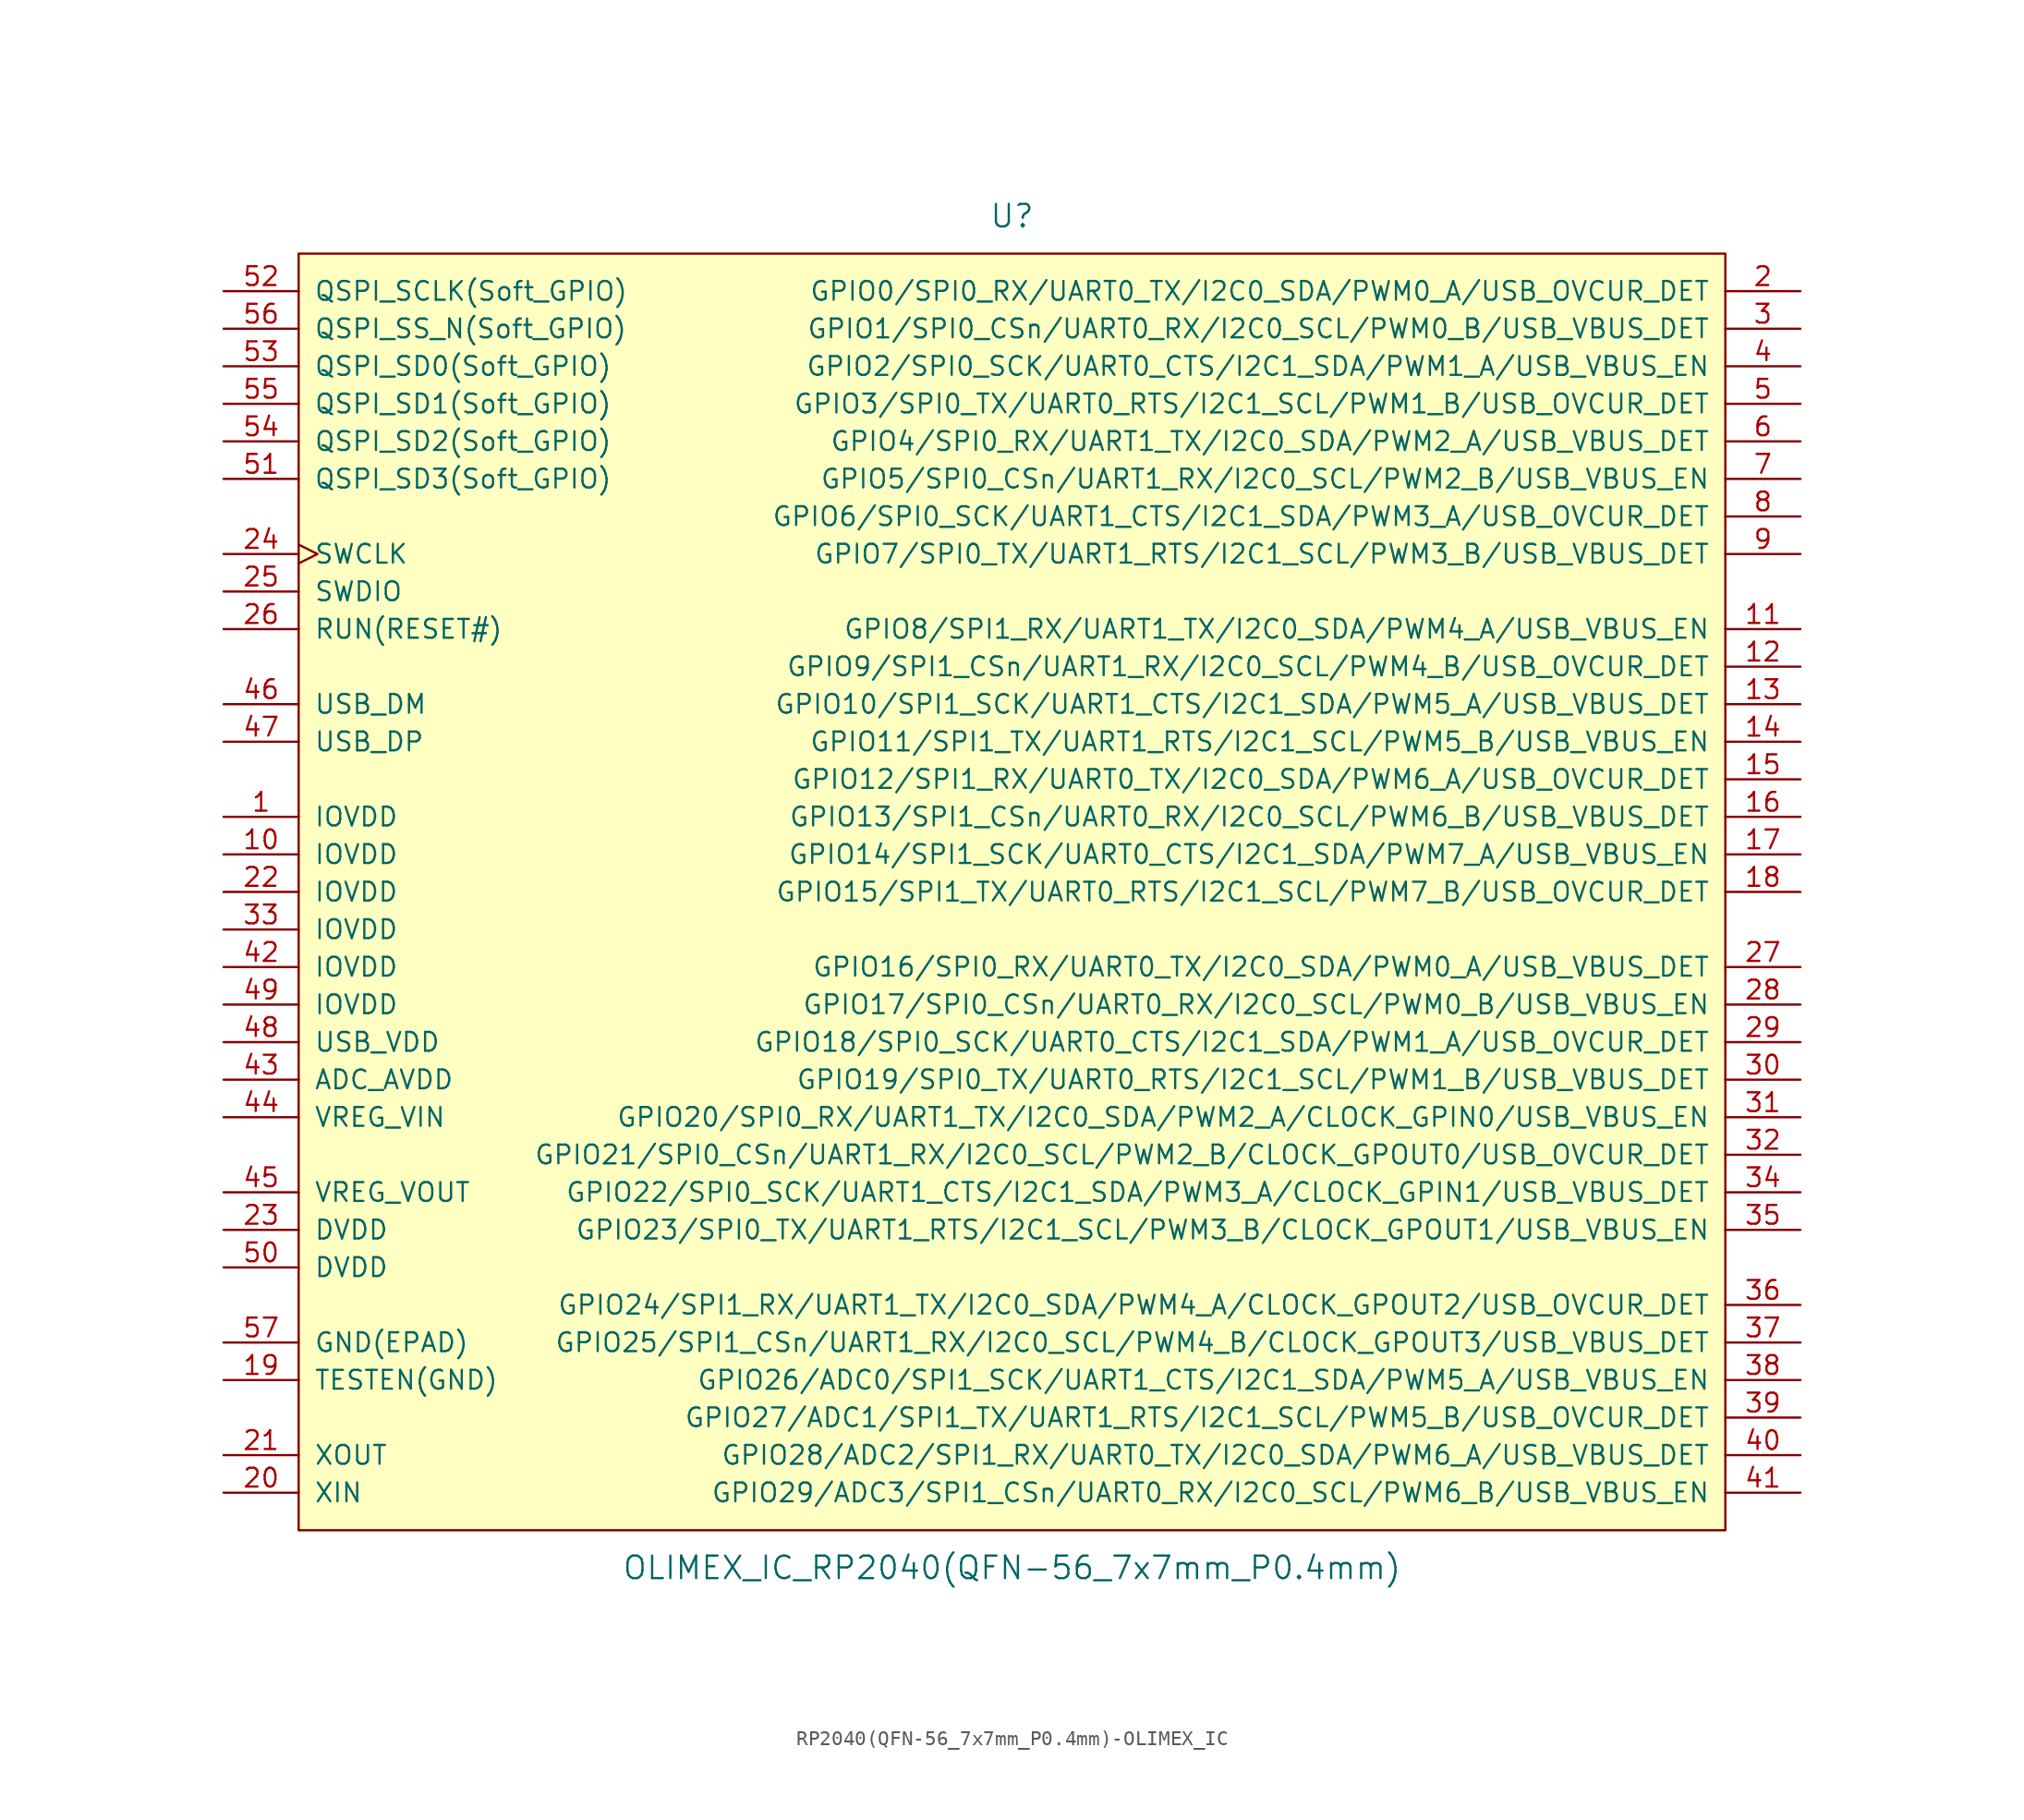
<source format=kicad_sym>
(kicad_symbol_lib
  (version 20220914)
  (generator kicad_symbol_editor)
  (symbol "RP2040(QFN-56_7x7mm_P0.4mm)-OLIMEX_IC"
    (pin_names
      (offset 1.016))
    (property "Reference" "U"
      (at 0 45.72 0)
      (effects (font (size 1.524 1.524))))
    (property "Value" "OLIMEX_IC_RP2040(QFN-56_7x7mm_P0.4mm)"
      (at 0 -45.72 0)
      (effects (font (size 1.524 1.524))))
    (symbol "RP2040(QFN-56_7x7mm_P0.4mm)-OLIMEX_IC_0_1"
      (rectangle (start -48.26 43.18) (end 48.26 -43.18) (stroke (width 0) (type solid)) (fill (type background))))
    (symbol "RP2040(QFN-56_7x7mm_P0.4mm)-OLIMEX_IC_1_1"
      (pin power_in line (at -53.34 5.08 0) (length 5.08) (name "IOVDD" (effects (font (size 1.27 1.27)))) (number "1" (effects (font (size 1.27 1.27)))))
      (pin power_in line (at -53.34 2.54 0) (length 5.08) (name "IOVDD" (effects (font (size 1.27 1.27)))) (number "10" (effects (font (size 1.27 1.27)))))
      (pin bidirectional line (at 53.34 17.78 180) (length 5.08) (name "GPIO8/SPI1_RX/UART1_TX/I2C0_SDA/PWM4_A/USB_VBUS_EN" (effects (font (size 1.27 1.27)))) (number "11" (effects (font (size 1.27 1.27)))))
      (pin bidirectional line (at 53.34 15.24 180) (length 5.08) (name "GPIO9/SPI1_CSn/UART1_RX/I2C0_SCL/PWM4_B/USB_OVCUR_DET" (effects (font (size 1.27 1.27)))) (number "12" (effects (font (size 1.27 1.27)))))
      (pin bidirectional line (at 53.34 12.7 180) (length 5.08) (name "GPIO10/SPI1_SCK/UART1_CTS/I2C1_SDA/PWM5_A/USB_VBUS_DET" (effects (font (size 1.27 1.27)))) (number "13" (effects (font (size 1.27 1.27)))))
      (pin bidirectional line (at 53.34 10.16 180) (length 5.08) (name "GPIO11/SPI1_TX/UART1_RTS/I2C1_SCL/PWM5_B/USB_VBUS_EN" (effects (font (size 1.27 1.27)))) (number "14" (effects (font (size 1.27 1.27)))))
      (pin bidirectional line (at 53.34 7.62 180) (length 5.08) (name "GPIO12/SPI1_RX/UART0_TX/I2C0_SDA/PWM6_A/USB_OVCUR_DET" (effects (font (size 1.27 1.27)))) (number "15" (effects (font (size 1.27 1.27)))))
      (pin bidirectional line (at 53.34 5.08 180) (length 5.08) (name "GPIO13/SPI1_CSn/UART0_RX/I2C0_SCL/PWM6_B/USB_VBUS_DET" (effects (font (size 1.27 1.27)))) (number "16" (effects (font (size 1.27 1.27)))))
      (pin bidirectional line (at 53.34 2.54 180) (length 5.08) (name "GPIO14/SPI1_SCK/UART0_CTS/I2C1_SDA/PWM7_A/USB_VBUS_EN" (effects (font (size 1.27 1.27)))) (number "17" (effects (font (size 1.27 1.27)))))
      (pin bidirectional line (at 53.34 0 180) (length 5.08) (name "GPIO15/SPI1_TX/UART0_RTS/I2C1_SCL/PWM7_B/USB_OVCUR_DET" (effects (font (size 1.27 1.27)))) (number "18" (effects (font (size 1.27 1.27)))))
      (pin input line (at -53.34 -33.02 0) (length 5.08) (name "TESTEN(GND)" (effects (font (size 1.27 1.27)))) (number "19" (effects (font (size 1.27 1.27)))))
      (pin bidirectional line (at 53.34 40.64 180) (length 5.08) (name "GPIO0/SPI0_RX/UART0_TX/I2C0_SDA/PWM0_A/USB_OVCUR_DET" (effects (font (size 1.27 1.27)))) (number "2" (effects (font (size 1.27 1.27)))))
      (pin input line (at -53.34 -40.64 0) (length 5.08) (name "XIN" (effects (font (size 1.27 1.27)))) (number "20" (effects (font (size 1.27 1.27)))))
      (pin output line (at -53.34 -38.1 0) (length 5.08) (name "XOUT" (effects (font (size 1.27 1.27)))) (number "21" (effects (font (size 1.27 1.27)))))
      (pin power_in line (at -53.34 0 0) (length 5.08) (name "IOVDD" (effects (font (size 1.27 1.27)))) (number "22" (effects (font (size 1.27 1.27)))))
      (pin power_in line (at -53.34 -22.86 0) (length 5.08) (name "DVDD" (effects (font (size 1.27 1.27)))) (number "23" (effects (font (size 1.27 1.27)))))
      (pin input clock (at -53.34 22.86 0) (length 5.08) (name "SWCLK" (effects (font (size 1.27 1.27)))) (number "24" (effects (font (size 1.27 1.27)))))
      (pin bidirectional line (at -53.34 20.32 0) (length 5.08) (name "SWDIO" (effects (font (size 1.27 1.27)))) (number "25" (effects (font (size 1.27 1.27)))))
      (pin input line (at -53.34 17.78 0) (length 5.08) (name "RUN(RESET#)" (effects (font (size 1.27 1.27)))) (number "26" (effects (font (size 1.27 1.27)))))
      (pin bidirectional line (at 53.34 -5.08 180) (length 5.08) (name "GPIO16/SPI0_RX/UART0_TX/I2C0_SDA/PWM0_A/USB_VBUS_DET" (effects (font (size 1.27 1.27)))) (number "27" (effects (font (size 1.27 1.27)))))
      (pin bidirectional line (at 53.34 -7.62 180) (length 5.08) (name "GPIO17/SPI0_CSn/UART0_RX/I2C0_SCL/PWM0_B/USB_VBUS_EN" (effects (font (size 1.27 1.27)))) (number "28" (effects (font (size 1.27 1.27)))))
      (pin bidirectional line (at 53.34 -10.16 180) (length 5.08) (name "GPIO18/SPI0_SCK/UART0_CTS/I2C1_SDA/PWM1_A/USB_OVCUR_DET" (effects (font (size 1.27 1.27)))) (number "29" (effects (font (size 1.27 1.27)))))
      (pin bidirectional line (at 53.34 38.1 180) (length 5.08) (name "GPIO1/SPI0_CSn/UART0_RX/I2C0_SCL/PWM0_B/USB_VBUS_DET" (effects (font (size 1.27 1.27)))) (number "3" (effects (font (size 1.27 1.27)))))
      (pin bidirectional line (at 53.34 -12.7 180) (length 5.08) (name "GPIO19/SPI0_TX/UART0_RTS/I2C1_SCL/PWM1_B/USB_VBUS_DET" (effects (font (size 1.27 1.27)))) (number "30" (effects (font (size 1.27 1.27)))))
      (pin bidirectional line (at 53.34 -15.24 180) (length 5.08) (name "GPIO20/SPI0_RX/UART1_TX/I2C0_SDA/PWM2_A/CLOCK_GPIN0/USB_VBUS_EN" (effects (font (size 1.27 1.27)))) (number "31" (effects (font (size 1.27 1.27)))))
      (pin bidirectional line (at 53.34 -17.78 180) (length 5.08) (name "GPIO21/SPI0_CSn/UART1_RX/I2C0_SCL/PWM2_B/CLOCK_GPOUT0/USB_OVCUR_DET" (effects (font (size 1.27 1.27)))) (number "32" (effects (font (size 1.27 1.27)))))
      (pin power_in line (at -53.34 -2.54 0) (length 5.08) (name "IOVDD" (effects (font (size 1.27 1.27)))) (number "33" (effects (font (size 1.27 1.27)))))
      (pin bidirectional line (at 53.34 -20.32 180) (length 5.08) (name "GPIO22/SPI0_SCK/UART1_CTS/I2C1_SDA/PWM3_A/CLOCK_GPIN1/USB_VBUS_DET" (effects (font (size 1.27 1.27)))) (number "34" (effects (font (size 1.27 1.27)))))
      (pin bidirectional line (at 53.34 -22.86 180) (length 5.08) (name "GPIO23/SPI0_TX/UART1_RTS/I2C1_SCL/PWM3_B/CLOCK_GPOUT1/USB_VBUS_EN" (effects (font (size 1.27 1.27)))) (number "35" (effects (font (size 1.27 1.27)))))
      (pin bidirectional line (at 53.34 -27.94 180) (length 5.08) (name "GPIO24/SPI1_RX/UART1_TX/I2C0_SDA/PWM4_A/CLOCK_GPOUT2/USB_OVCUR_DET" (effects (font (size 1.27 1.27)))) (number "36" (effects (font (size 1.27 1.27)))))
      (pin bidirectional line (at 53.34 -30.48 180) (length 5.08) (name "GPIO25/SPI1_CSn/UART1_RX/I2C0_SCL/PWM4_B/CLOCK_GPOUT3/USB_VBUS_DET" (effects (font (size 1.27 1.27)))) (number "37" (effects (font (size 1.27 1.27)))))
      (pin bidirectional line (at 53.34 -33.02 180) (length 5.08) (name "GPIO26/ADC0/SPI1_SCK/UART1_CTS/I2C1_SDA/PWM5_A/USB_VBUS_EN" (effects (font (size 1.27 1.27)))) (number "38" (effects (font (size 1.27 1.27)))))
      (pin bidirectional line (at 53.34 -35.56 180) (length 5.08) (name "GPIO27/ADC1/SPI1_TX/UART1_RTS/I2C1_SCL/PWM5_B/USB_OVCUR_DET" (effects (font (size 1.27 1.27)))) (number "39" (effects (font (size 1.27 1.27)))))
      (pin bidirectional line (at 53.34 35.56 180) (length 5.08) (name "GPIO2/SPI0_SCK/UART0_CTS/I2C1_SDA/PWM1_A/USB_VBUS_EN" (effects (font (size 1.27 1.27)))) (number "4" (effects (font (size 1.27 1.27)))))
      (pin bidirectional line (at 53.34 -38.1 180) (length 5.08) (name "GPIO28/ADC2/SPI1_RX/UART0_TX/I2C0_SDA/PWM6_A/USB_VBUS_DET" (effects (font (size 1.27 1.27)))) (number "40" (effects (font (size 1.27 1.27)))))
      (pin bidirectional line (at 53.34 -40.64 180) (length 5.08) (name "GPIO29/ADC3/SPI1_CSn/UART0_RX/I2C0_SCL/PWM6_B/USB_VBUS_EN" (effects (font (size 1.27 1.27)))) (number "41" (effects (font (size 1.27 1.27)))))
      (pin power_in line (at -53.34 -5.08 0) (length 5.08) (name "IOVDD" (effects (font (size 1.27 1.27)))) (number "42" (effects (font (size 1.27 1.27)))))
      (pin power_in line (at -53.34 -12.7 0) (length 5.08) (name "ADC_AVDD" (effects (font (size 1.27 1.27)))) (number "43" (effects (font (size 1.27 1.27)))))
      (pin power_in line (at -53.34 -15.24 0) (length 5.08) (name "VREG_VIN" (effects (font (size 1.27 1.27)))) (number "44" (effects (font (size 1.27 1.27)))))
      (pin power_out line (at -53.34 -20.32 0) (length 5.08) (name "VREG_VOUT" (effects (font (size 1.27 1.27)))) (number "45" (effects (font (size 1.27 1.27)))))
      (pin bidirectional line (at -53.34 12.7 0) (length 5.08) (name "USB_DM" (effects (font (size 1.27 1.27)))) (number "46" (effects (font (size 1.27 1.27)))))
      (pin bidirectional line (at -53.34 10.16 0) (length 5.08) (name "USB_DP" (effects (font (size 1.27 1.27)))) (number "47" (effects (font (size 1.27 1.27)))))
      (pin power_in line (at -53.34 -10.16 0) (length 5.08) (name "USB_VDD" (effects (font (size 1.27 1.27)))) (number "48" (effects (font (size 1.27 1.27)))))
      (pin power_in line (at -53.34 -7.62 0) (length 5.08) (name "IOVDD" (effects (font (size 1.27 1.27)))) (number "49" (effects (font (size 1.27 1.27)))))
      (pin bidirectional line (at 53.34 33.02 180) (length 5.08) (name "GPIO3/SPI0_TX/UART0_RTS/I2C1_SCL/PWM1_B/USB_OVCUR_DET" (effects (font (size 1.27 1.27)))) (number "5" (effects (font (size 1.27 1.27)))))
      (pin power_in line (at -53.34 -25.4 0) (length 5.08) (name "DVDD" (effects (font (size 1.27 1.27)))) (number "50" (effects (font (size 1.27 1.27)))))
      (pin bidirectional line (at -53.34 27.94 0) (length 5.08) (name "QSPI_SD3(Soft_GPIO)" (effects (font (size 1.27 1.27)))) (number "51" (effects (font (size 1.27 1.27)))))
      (pin bidirectional line (at -53.34 40.64 0) (length 5.08) (name "QSPI_SCLK(Soft_GPIO)" (effects (font (size 1.27 1.27)))) (number "52" (effects (font (size 1.27 1.27)))))
      (pin bidirectional line (at -53.34 35.56 0) (length 5.08) (name "QSPI_SD0(Soft_GPIO)" (effects (font (size 1.27 1.27)))) (number "53" (effects (font (size 1.27 1.27)))))
      (pin bidirectional line (at -53.34 30.48 0) (length 5.08) (name "QSPI_SD2(Soft_GPIO)" (effects (font (size 1.27 1.27)))) (number "54" (effects (font (size 1.27 1.27)))))
      (pin bidirectional line (at -53.34 33.02 0) (length 5.08) (name "QSPI_SD1(Soft_GPIO)" (effects (font (size 1.27 1.27)))) (number "55" (effects (font (size 1.27 1.27)))))
      (pin bidirectional line (at -53.34 38.1 0) (length 5.08) (name "QSPI_SS_N(Soft_GPIO)" (effects (font (size 1.27 1.27)))) (number "56" (effects (font (size 1.27 1.27)))))
      (pin power_in line (at -53.34 -30.48 0) (length 5.08) (name "GND(EPAD)" (effects (font (size 1.27 1.27)))) (number "57" (effects (font (size 1.27 1.27)))))
      (pin bidirectional line (at 53.34 30.48 180) (length 5.08) (name "GPIO4/SPI0_RX/UART1_TX/I2C0_SDA/PWM2_A/USB_VBUS_DET" (effects (font (size 1.27 1.27)))) (number "6" (effects (font (size 1.27 1.27)))))
      (pin bidirectional line (at 53.34 27.94 180) (length 5.08) (name "GPIO5/SPI0_CSn/UART1_RX/I2C0_SCL/PWM2_B/USB_VBUS_EN" (effects (font (size 1.27 1.27)))) (number "7" (effects (font (size 1.27 1.27)))))
      (pin bidirectional line (at 53.34 25.4 180) (length 5.08) (name "GPIO6/SPI0_SCK/UART1_CTS/I2C1_SDA/PWM3_A/USB_OVCUR_DET" (effects (font (size 1.27 1.27)))) (number "8" (effects (font (size 1.27 1.27)))))
      (pin bidirectional line (at 53.34 22.86 180) (length 5.08) (name "GPIO7/SPI0_TX/UART1_RTS/I2C1_SCL/PWM3_B/USB_VBUS_DET" (effects (font (size 1.27 1.27)))) (number "9" (effects (font (size 1.27 1.27))))))))
</source>
